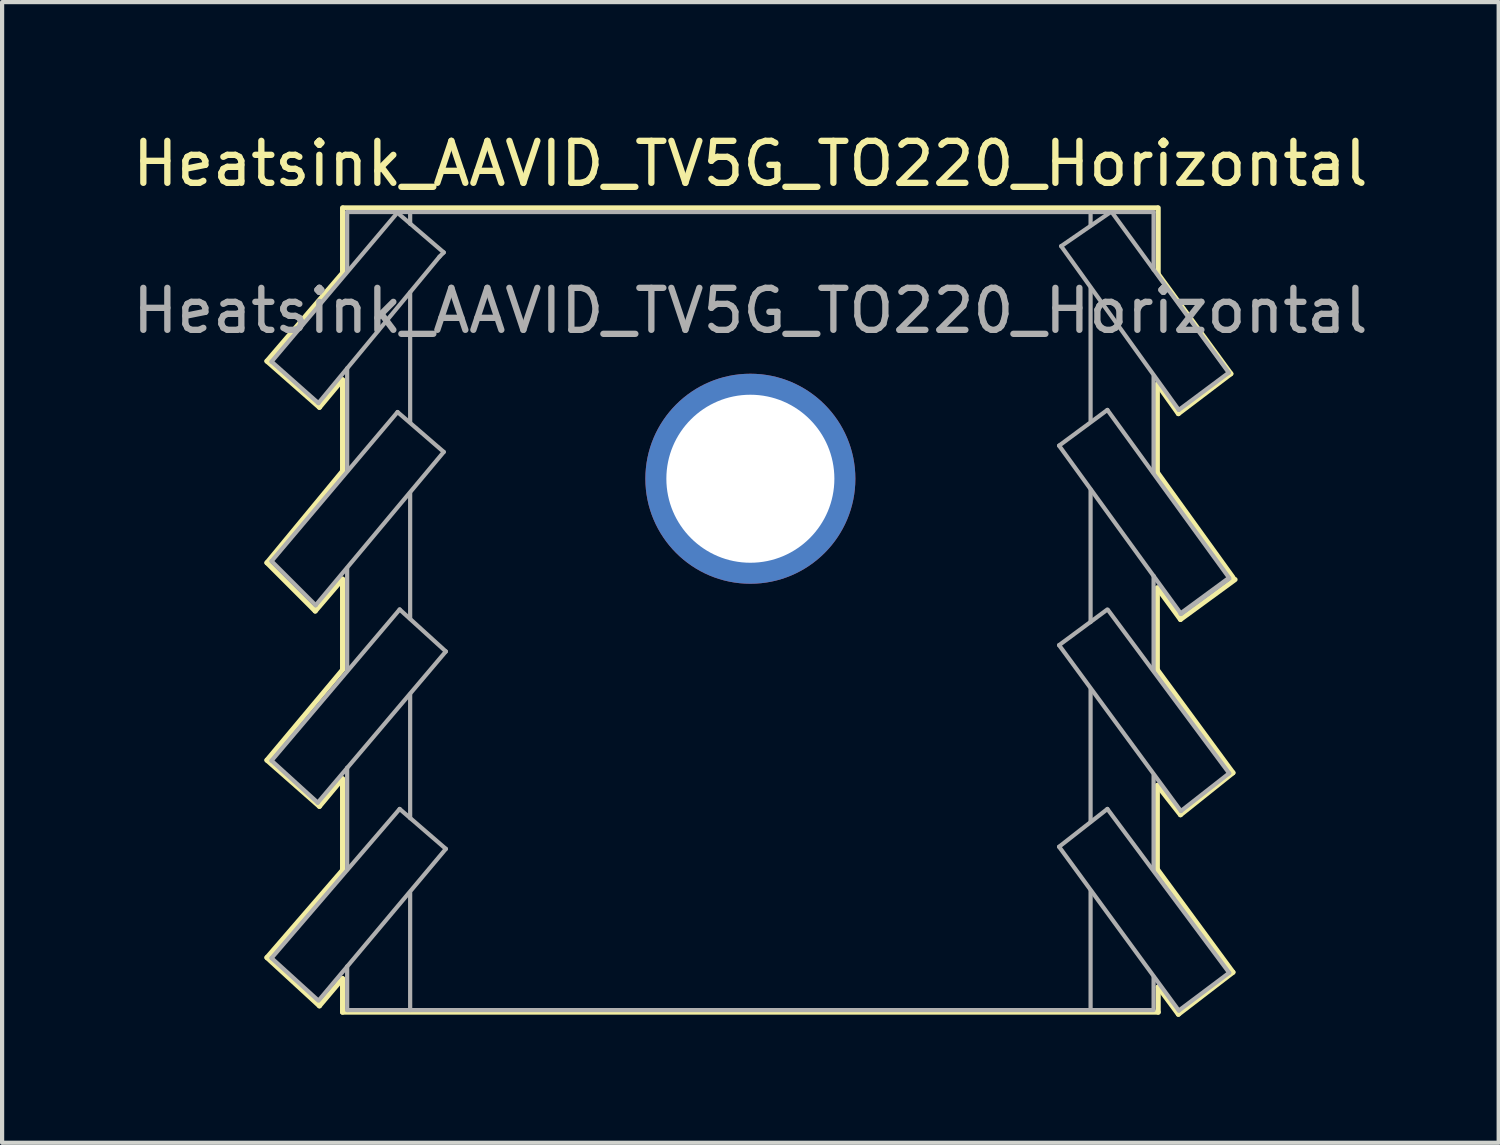
<source format=kicad_pcb>
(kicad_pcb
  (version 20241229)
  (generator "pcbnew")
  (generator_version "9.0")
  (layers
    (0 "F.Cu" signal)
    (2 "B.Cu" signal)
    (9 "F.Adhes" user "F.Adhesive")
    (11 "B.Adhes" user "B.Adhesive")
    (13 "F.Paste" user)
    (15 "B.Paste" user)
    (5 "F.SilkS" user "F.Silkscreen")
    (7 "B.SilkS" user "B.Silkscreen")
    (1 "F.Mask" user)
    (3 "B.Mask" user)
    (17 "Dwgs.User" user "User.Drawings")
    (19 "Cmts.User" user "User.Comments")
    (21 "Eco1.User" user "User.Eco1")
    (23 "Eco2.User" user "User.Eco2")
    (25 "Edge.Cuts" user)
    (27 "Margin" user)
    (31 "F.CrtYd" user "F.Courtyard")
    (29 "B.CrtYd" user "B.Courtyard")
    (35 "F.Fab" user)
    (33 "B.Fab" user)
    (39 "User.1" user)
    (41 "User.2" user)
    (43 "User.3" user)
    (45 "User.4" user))
  (footprint "Heatsink_AAVID_TV5G_TO220_Horizontal"
    (layer "F.Cu")
    (at 14.815 8.348)
    (property "Reference" "Heatsink_AAVID_TV5G_TO220_Horizontal" (at 0 -7.5 0) (layer "F.SilkS") (effects (font (size 1 1) (thickness 0.15))))
    (attr through_hole)
    (fp_line (start -11.51 -2.8) (end -9.7 -4.91) (stroke (width 0.12) (type solid)) (layer "F.SilkS"))
    (fp_line (start -11.51 2) (end -9.71 -0.18) (stroke (width 0.12) (type solid)) (layer "F.SilkS"))
    (fp_line (start -11.51 6.7) (end -9.71 4.55) (stroke (width 0.12) (type solid)) (layer "F.SilkS"))
    (fp_line (start -11.51 11.4) (end -9.71 9.32) (stroke (width 0.12) (type solid)) (layer "F.SilkS"))
    (fp_line (start -10.36 3.15) (end -11.51 2) (stroke (width 0.12) (type solid)) (layer "F.SilkS"))
    (fp_line (start -10.26 -1.7) (end -11.51 -2.8) (stroke (width 0.12) (type solid)) (layer "F.SilkS"))
    (fp_line (start -10.26 7.8) (end -11.51 6.7) (stroke (width 0.12) (type solid)) (layer "F.SilkS"))
    (fp_line (start -10.26 12.55) (end -11.51 11.4) (stroke (width 0.12) (type solid)) (layer "F.SilkS"))
    (fp_line (start -9.71 -4.94) (end -9.71 -6.45) (stroke (width 0.12) (type solid)) (layer "F.SilkS"))
    (fp_line (start -9.71 -2.36) (end -10.26 -1.7) (stroke (width 0.12) (type solid)) (layer "F.SilkS"))
    (fp_line (start -9.71 -0.19) (end -9.71 -2.35) (stroke (width 0.12) (type solid)) (layer "F.SilkS"))
    (fp_line (start -9.71 2.39) (end -10.36 3.15) (stroke (width 0.12) (type solid)) (layer "F.SilkS"))
    (fp_line (start -9.71 4.54) (end -9.71 2.39) (stroke (width 0.12) (type solid)) (layer "F.SilkS"))
    (fp_line (start -9.71 7.14) (end -10.26 7.8) (stroke (width 0.12) (type solid)) (layer "F.SilkS"))
    (fp_line (start -9.71 9.32) (end -9.71 7.15) (stroke (width 0.12) (type solid)) (layer "F.SilkS"))
    (fp_line (start -9.71 11.9) (end -10.26 12.55) (stroke (width 0.12) (type solid)) (layer "F.SilkS"))
    (fp_line (start -9.71 12.7) (end -9.71 11.9) (stroke (width 0.12) (type solid)) (layer "F.SilkS"))
    (fp_line (start -9.69 -6.45) (end 9.69 -6.45) (stroke (width 0.12) (type solid)) (layer "F.SilkS"))
    (fp_line (start 9.69 -4.9) (end 11.44 -2.5) (stroke (width 0.12) (type solid)) (layer "F.SilkS"))
    (fp_line (start 9.69 -2.25) (end 9.69 -0.15) (stroke (width 0.12) (type solid)) (layer "F.SilkS"))
    (fp_line (start 9.69 -0.15) (end 11.49 2.35) (stroke (width 0.12) (type solid)) (layer "F.SilkS"))
    (fp_line (start 9.69 2.6) (end 9.69 4.55) (stroke (width 0.12) (type solid)) (layer "F.SilkS"))
    (fp_line (start 9.69 4.55) (end 11.49 7) (stroke (width 0.12) (type solid)) (layer "F.SilkS"))
    (fp_line (start 9.69 7.3) (end 9.69 9.3) (stroke (width 0.12) (type solid)) (layer "F.SilkS"))
    (fp_line (start 9.69 9.3) (end 11.49 11.75) (stroke (width 0.12) (type solid)) (layer "F.SilkS"))
    (fp_line (start 9.71 -6.45) (end 9.71 -4.9) (stroke (width 0.12) (type solid)) (layer "F.SilkS"))
    (fp_line (start 9.71 12.1) (end 9.71 12.7) (stroke (width 0.12) (type solid)) (layer "F.SilkS"))
    (fp_line (start 9.71 12.7) (end -9.71 12.7) (stroke (width 0.12) (type solid)) (layer "F.SilkS"))
    (fp_line (start 10.19 -1.55) (end 9.69 -2.25) (stroke (width 0.12) (type solid)) (layer "F.SilkS"))
    (fp_line (start 10.19 12.75) (end 9.71 12.1) (stroke (width 0.12) (type solid)) (layer "F.SilkS"))
    (fp_line (start 10.24 3.35) (end 9.69 2.6) (stroke (width 0.12) (type solid)) (layer "F.SilkS"))
    (fp_line (start 10.24 8) (end 9.69 7.3) (stroke (width 0.12) (type solid)) (layer "F.SilkS"))
    (fp_line (start 11.44 -2.5) (end 10.19 -1.55) (stroke (width 0.12) (type solid)) (layer "F.SilkS"))
    (fp_line (start 11.49 7) (end 10.24 8) (stroke (width 0.12) (type solid)) (layer "F.SilkS"))
    (fp_line (start 11.49 11.75) (end 10.19 12.75) (stroke (width 0.12) (type solid)) (layer "F.SilkS"))
    (fp_line (start 11.54 2.4) (end 10.24 3.35) (stroke (width 0.12) (type solid)) (layer "F.SilkS"))
    (fp_line (start -11.4 -2.788) (end -10.285 -1.8) (stroke (width 0.1) (type solid)) (layer "F.Fab"))
    (fp_line (start -11.4 1.962) (end -10.35 3.012) (stroke (width 0.1) (type solid)) (layer "F.Fab"))
    (fp_line (start -11.4 1.962) (end -8.4 -1.588) (stroke (width 0.1) (type solid)) (layer "F.Fab"))
    (fp_line (start -11.4 6.712) (end -8.35 3.112) (stroke (width 0.1) (type solid)) (layer "F.Fab"))
    (fp_line (start -11.4 11.412) (end -10.285 12.425) (stroke (width 0.1) (type solid)) (layer "F.Fab"))
    (fp_line (start -11.4 11.412) (end -8.35 7.862) (stroke (width 0.1) (type solid)) (layer "F.Fab"))
    (fp_line (start -10.35 3.012) (end -7.3 -0.638) (stroke (width 0.1) (type solid)) (layer "F.Fab"))
    (fp_line (start -10.3 7.712) (end -11.4 6.712) (stroke (width 0.1) (type solid)) (layer "F.Fab"))
    (fp_line (start -10.285 -1.8) (end -7.4 -5.288) (stroke (width 0.1) (type solid)) (layer "F.Fab"))
    (fp_line (start -9.6 -6.35) (end -9.6 -4.95) (stroke (width 0.1) (type solid)) (layer "F.Fab"))
    (fp_line (start -9.6 -2.63) (end -9.6 -0.18) (stroke (width 0.1) (type solid)) (layer "F.Fab"))
    (fp_line (start -9.6 2.13) (end -9.6 4.56) (stroke (width 0.1) (type solid)) (layer "F.Fab"))
    (fp_line (start -9.6 6.88) (end -9.6 9.3) (stroke (width 0.1) (type solid)) (layer "F.Fab"))
    (fp_line (start -9.6 11.61) (end -9.6 12.65) (stroke (width 0.1) (type solid)) (layer "F.Fab"))
    (fp_line (start -9.6 12.65) (end 9.6 12.65) (stroke (width 0.1) (type solid)) (layer "F.Fab"))
    (fp_line (start -8.4 -6.338) (end -11.4 -2.788) (stroke (width 0.1) (type solid)) (layer "F.Fab"))
    (fp_line (start -8.35 -6.288) (end -7.3 -5.388) (stroke (width 0.1) (type solid)) (layer "F.Fab"))
    (fp_line (start -8.35 3.112) (end -7.25 4.112) (stroke (width 0.1) (type solid)) (layer "F.Fab"))
    (fp_line (start -8.35 7.862) (end -7.25 8.812) (stroke (width 0.1) (type solid)) (layer "F.Fab"))
    (fp_line (start -8.1 -6.338) (end -8.1 -6.07) (stroke (width 0.1) (type solid)) (layer "F.Fab"))
    (fp_line (start -8.1 -4.44) (end -8.1 -1.35) (stroke (width 0.1) (type solid)) (layer "F.Fab"))
    (fp_line (start -8.1 0.34) (end -8.1 3.33) (stroke (width 0.1) (type solid)) (layer "F.Fab"))
    (fp_line (start -8.1 5.13) (end -8.1 8.08) (stroke (width 0.1) (type solid)) (layer "F.Fab"))
    (fp_line (start -8.1 9.86) (end -8.1 12.65) (stroke (width 0.1) (type solid)) (layer "F.Fab"))
    (fp_line (start -7.3 -5.388) (end -7.4 -5.288) (stroke (width 0.1) (type solid)) (layer "F.Fab"))
    (fp_line (start -7.3 -0.638) (end -8.4 -1.588) (stroke (width 0.1) (type solid)) (layer "F.Fab"))
    (fp_line (start -7.25 4.112) (end -10.3 7.712) (stroke (width 0.1) (type solid)) (layer "F.Fab"))
    (fp_line (start -7.25 8.812) (end -10.26 12.4) (stroke (width 0.1) (type solid)) (layer "F.Fab"))
    (fp_line (start 7.35 -0.788) (end 8.5 -1.638) (stroke (width 0.1) (type solid)) (layer "F.Fab"))
    (fp_line (start 7.35 3.962) (end 8.5 3.112) (stroke (width 0.1) (type solid)) (layer "F.Fab"))
    (fp_line (start 7.35 8.762) (end 10.2 12.662) (stroke (width 0.1) (type solid)) (layer "F.Fab"))
    (fp_line (start 7.4 -5.538) (end 10.2 -1.638) (stroke (width 0.1) (type solid)) (layer "F.Fab"))
    (fp_line (start 8.1 -6.35) (end 8.1 -6.03) (stroke (width 0.1) (type solid)) (layer "F.Fab"))
    (fp_line (start 8.1 -4.538) (end 8.1 -1.388) (stroke (width 0.1) (type solid)) (layer "F.Fab"))
    (fp_line (start 8.1 0.262) (end 8.1 3.412) (stroke (width 0.1) (type solid)) (layer "F.Fab"))
    (fp_line (start 8.1 5.012) (end 8.1 8.162) (stroke (width 0.1) (type solid)) (layer "F.Fab"))
    (fp_line (start 8.1 9.812) (end 8.1 12.612) (stroke (width 0.1) (type solid)) (layer "F.Fab"))
    (fp_line (start 8.5 -1.638) (end 11.4 2.362) (stroke (width 0.1) (type solid)) (layer "F.Fab"))
    (fp_line (start 8.5 7.862) (end 7.35 8.762) (stroke (width 0.1) (type solid)) (layer "F.Fab"))
    (fp_line (start 8.515 3.125) (end 11.4 7.012) (stroke (width 0.1) (type solid)) (layer "F.Fab"))
    (fp_line (start 8.55 -6.33) (end 7.4 -5.538) (stroke (width 0.1) (type solid)) (layer "F.Fab"))
    (fp_line (start 9.6 -6.35) (end -9.6 -6.35) (stroke (width 0.1) (type solid)) (layer "F.Fab"))
    (fp_line (start 9.6 -6.338) (end 9.6 -4.98) (stroke (width 0.1) (type solid)) (layer "F.Fab"))
    (fp_line (start 9.6 -2.438) (end 9.6 -0.138) (stroke (width 0.1) (type solid)) (layer "F.Fab"))
    (fp_line (start 9.6 2.312) (end 9.6 4.562) (stroke (width 0.1) (type solid)) (layer "F.Fab"))
    (fp_line (start 9.6 7.062) (end 9.6 9.312) (stroke (width 0.1) (type solid)) (layer "F.Fab"))
    (fp_line (start 9.6 11.862) (end 9.6 12.612) (stroke (width 0.1) (type solid)) (layer "F.Fab"))
    (fp_line (start 10.2 -1.638) (end 11.39 -2.525) (stroke (width 0.1) (type solid)) (layer "F.Fab"))
    (fp_line (start 10.2 12.662) (end 11.4 11.762) (stroke (width 0.1) (type solid)) (layer "F.Fab"))
    (fp_line (start 10.25 3.212) (end 7.35 -0.788) (stroke (width 0.1) (type solid)) (layer "F.Fab"))
    (fp_line (start 10.25 7.912) (end 7.35 3.962) (stroke (width 0.1) (type solid)) (layer "F.Fab"))
    (fp_line (start 11.39 -2.525) (end 8.61 -6.34) (stroke (width 0.1) (type solid)) (layer "F.Fab"))
    (fp_line (start 11.39 2.375) (end 10.25 3.212) (stroke (width 0.12) (type solid)) (layer "F.Fab"))
    (fp_line (start 11.4 7.012) (end 10.25 7.912) (stroke (width 0.1) (type solid)) (layer "F.Fab"))
    (fp_line (start 11.4 11.762) (end 8.5 7.862) (stroke (width 0.1) (type solid)) (layer "F.Fab"))
    (fp_text user "${REFERENCE}" (at 0 -4 0) (layer "F.Fab") (effects (font (size 1 1) (thickness 0.15))))
    (pad "1" thru_hole circle (at 0 0) (size 5 5) (drill 4) (layers "*.Cu" "*.Mask")))
  (gr_rect
    (start -3 -3)
    (end 32.631 24.158)
    (stroke (width 0.1) (type default))
    (fill no)
    (layer "Edge.Cuts")))
</source>
